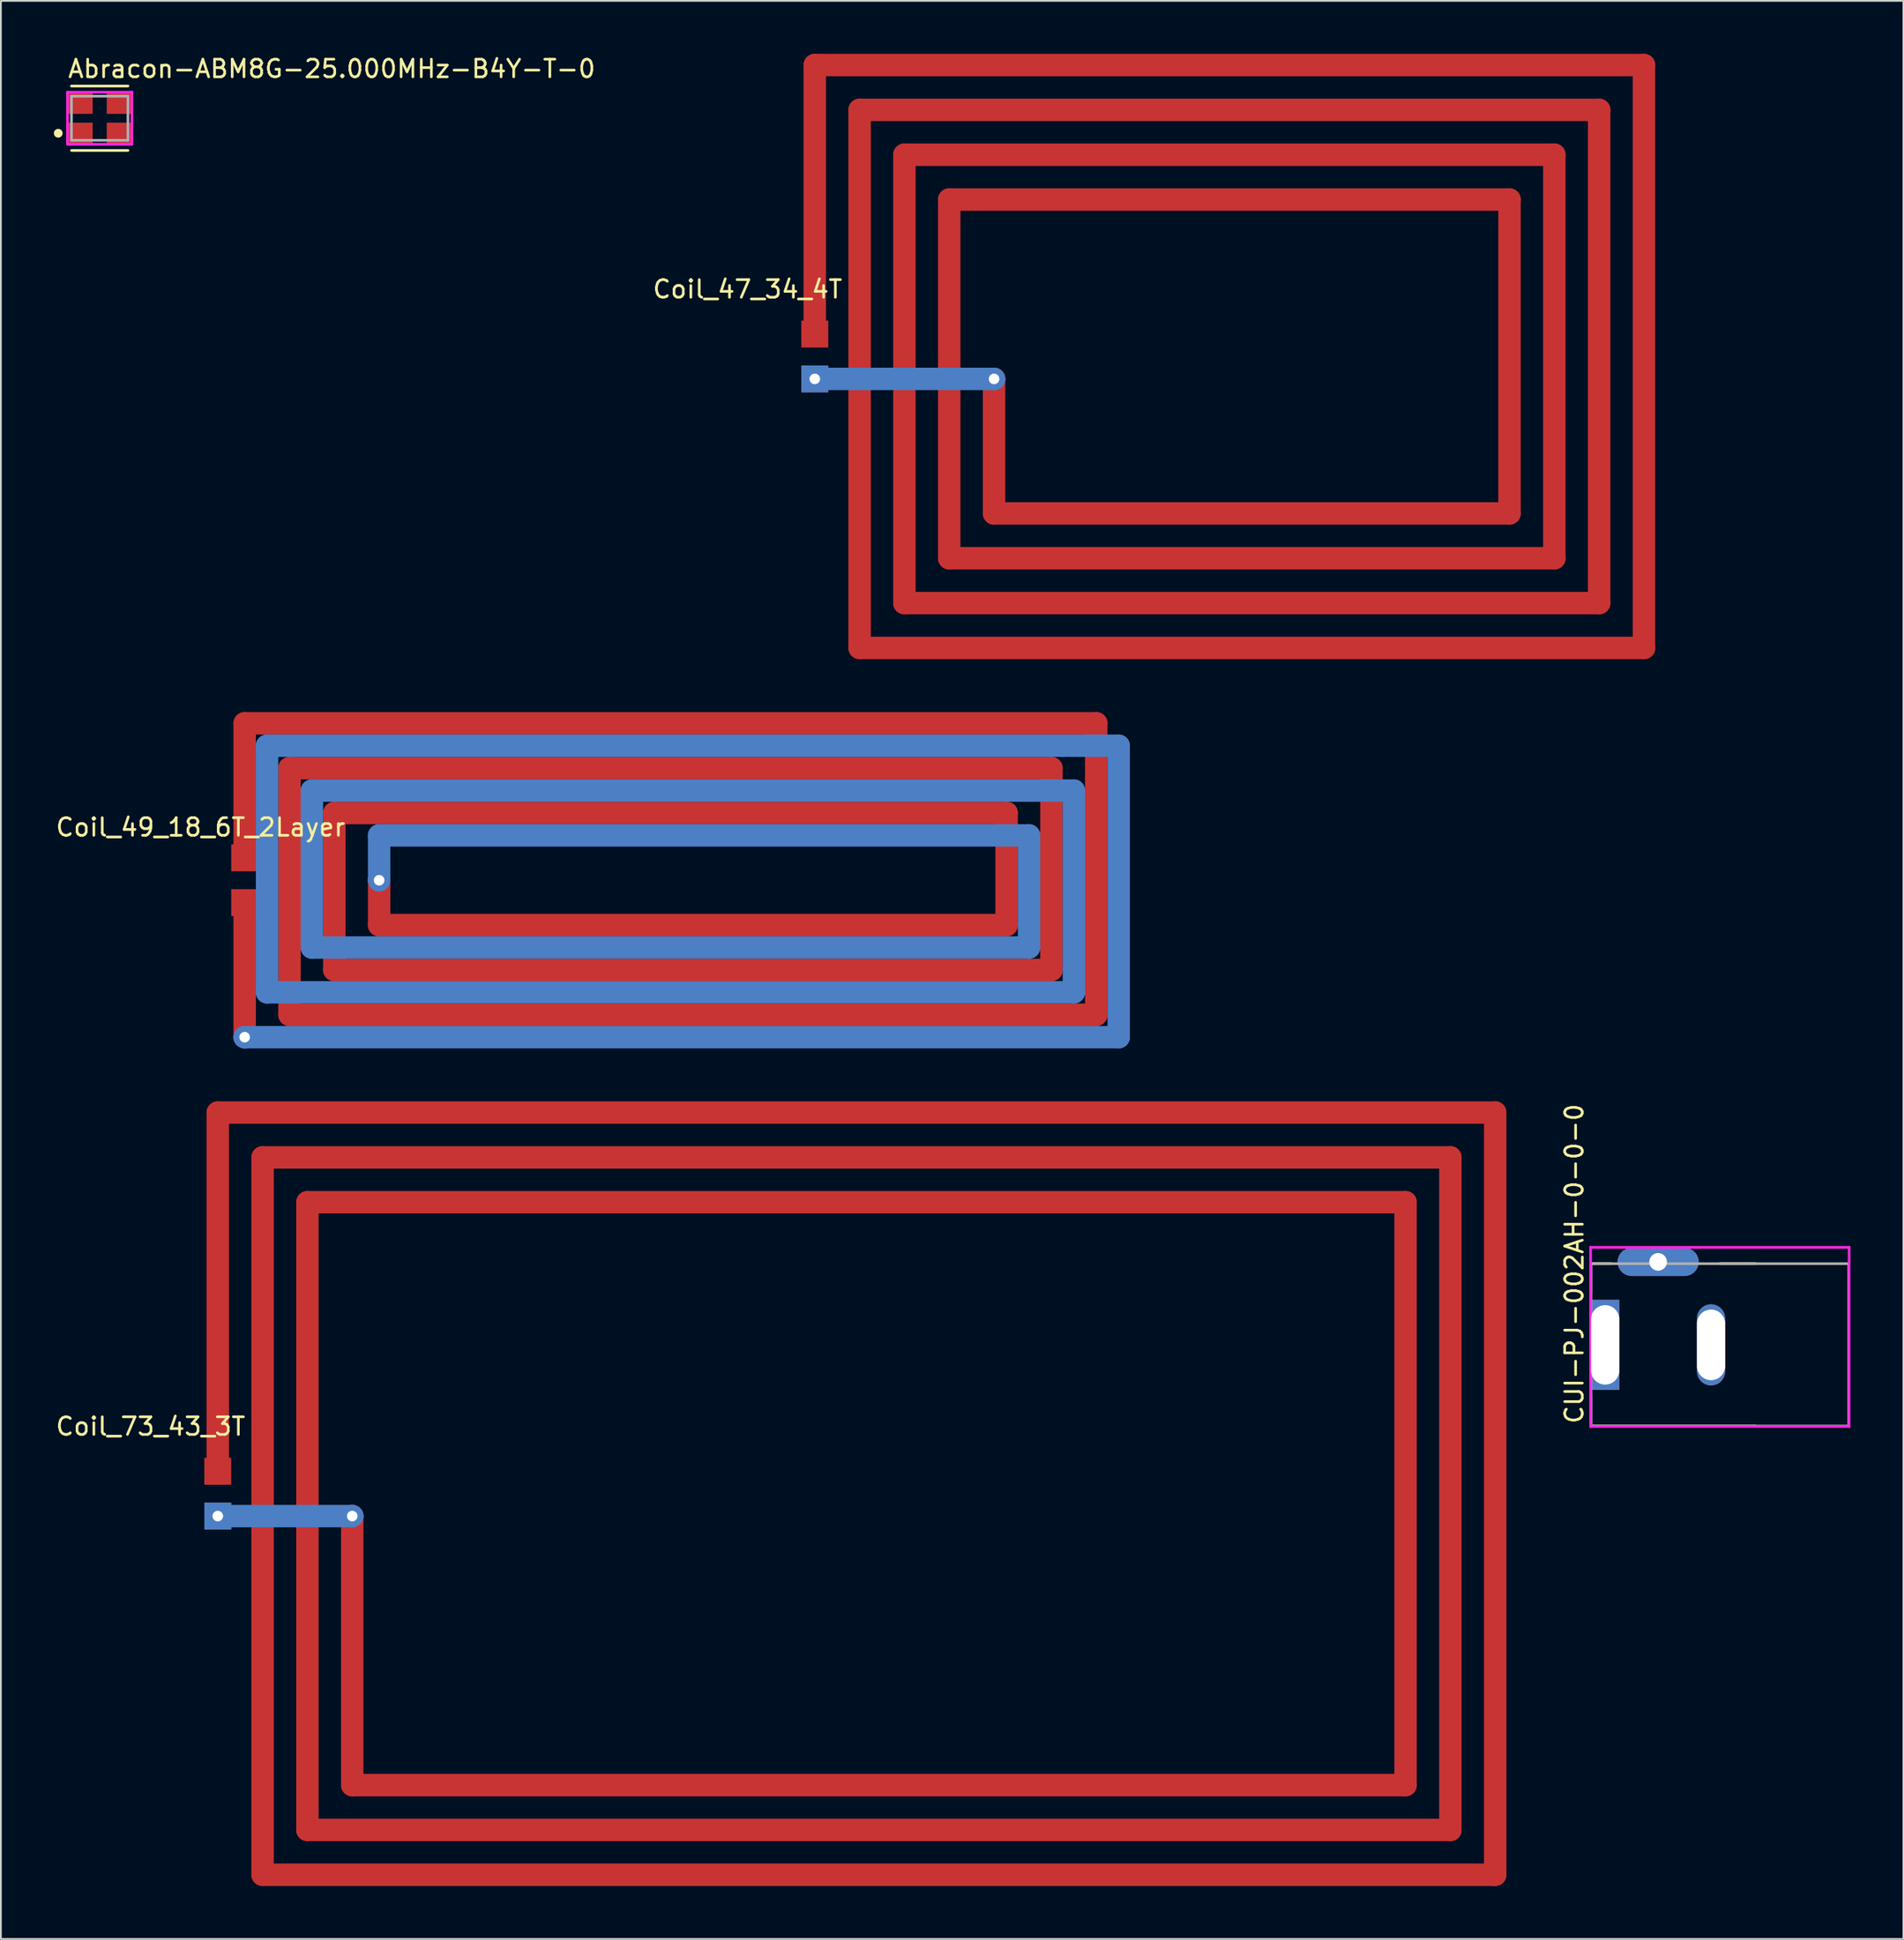
<source format=kicad_pcb>
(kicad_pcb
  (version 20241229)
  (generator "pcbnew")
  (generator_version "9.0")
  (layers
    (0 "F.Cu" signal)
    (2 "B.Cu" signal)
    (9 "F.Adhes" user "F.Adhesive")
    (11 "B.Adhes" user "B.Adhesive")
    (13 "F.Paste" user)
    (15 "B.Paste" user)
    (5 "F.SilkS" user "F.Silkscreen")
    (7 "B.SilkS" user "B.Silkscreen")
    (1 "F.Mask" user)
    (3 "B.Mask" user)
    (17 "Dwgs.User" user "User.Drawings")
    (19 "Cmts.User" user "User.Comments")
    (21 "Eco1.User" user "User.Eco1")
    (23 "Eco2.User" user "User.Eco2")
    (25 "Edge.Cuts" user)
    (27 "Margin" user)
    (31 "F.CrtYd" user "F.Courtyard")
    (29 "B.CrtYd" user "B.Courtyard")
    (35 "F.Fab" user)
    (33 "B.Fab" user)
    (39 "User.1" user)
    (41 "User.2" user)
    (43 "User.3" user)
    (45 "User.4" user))
  (footprint "Abracon-ABM8G-25.000MHz-B4Y-T-0"
    (layer "F.Cu")
    (at 2.6 3.648)
    (property "Reference" "Abracon-ABM8G-25.000MHz-B4Y-T-0" (at -1.875 -2.8 0) (layer "F.SilkS") (effects (font (size 1 1) (thickness 0.15)) (justify left)))
    (attr through_hole)
    (fp_line (start -1.6 -1.825) (end 1.6 -1.825) (stroke (width 0.15) (type solid)) (layer "F.SilkS"))
    (fp_line (start -1.6 1.825) (end 1.6 1.825) (stroke (width 0.15) (type solid)) (layer "F.SilkS"))
    (fp_circle (center -2.35 0.85) (end -2.225 0.85) (stroke (width 0.25) (type solid)) (fill no) (layer "F.SilkS"))
    (fp_line (start -1.825 -1.475) (end -1.825 1.475) (stroke (width 0.15) (type solid)) (layer "F.CrtYd"))
    (fp_line (start -1.825 1.475) (end 1.825 1.475) (stroke (width 0.15) (type solid)) (layer "F.CrtYd"))
    (fp_line (start 1.825 -1.475) (end -1.825 -1.475) (stroke (width 0.15) (type solid)) (layer "F.CrtYd"))
    (fp_line (start 1.825 -1.475) (end 1.825 -1.475) (stroke (width 0.15) (type solid)) (layer "F.CrtYd"))
    (fp_line (start 1.825 1.475) (end 1.825 -1.475) (stroke (width 0.15) (type solid)) (layer "F.CrtYd"))
    (fp_line (start -1.6 -1.25) (end 1.6 -1.25) (stroke (width 0.15) (type solid)) (layer "F.Fab"))
    (fp_line (start -1.6 1.25) (end -1.6 -1.25) (stroke (width 0.15) (type solid)) (layer "F.Fab"))
    (fp_line (start 1.6 -1.25) (end 1.6 1.25) (stroke (width 0.15) (type solid)) (layer "F.Fab"))
    (fp_line (start 1.6 1.25) (end -1.6 1.25) (stroke (width 0.15) (type solid)) (layer "F.Fab"))
    (pad "1" smd rect (at -1.1 0.85) (size 1.4 1.2) (layers "F.Cu" "F.Mask" "F.Paste"))
    (pad "2" smd rect (at 1.1 0.85) (size 1.4 1.2) (layers "F.Cu" "F.Mask" "F.Paste"))
    (pad "3" smd rect (at 1.1 -0.85) (size 1.4 1.2) (layers "F.Cu" "F.Mask" "F.Paste"))
    (pad "4" smd rect (at -1.1 -0.85) (size 1.4 1.2) (layers "F.Cu" "F.Mask" "F.Paste")))
  (footprint "Coil_47_34_4T"
    (layer "F.Cu")
    (at 43.124 17.145)
    (property "Reference" "Coil_47_34_4T" (at -3.81 -3.81 0) (layer "F.SilkS") (effects (font (size 1 1) (thickness 0.15))))
    (attr through_hole)
    (fp_line (start 0 -16.51) (end 46.99 -16.51) (stroke (width 1.27) (type solid)) (layer "F.Cu"))
    (fp_line (start 0 -1.27) (end 0 -16.51) (stroke (width 1.27) (type solid)) (layer "F.Cu"))
    (fp_line (start 2.54 -13.97) (end 44.45 -13.97) (stroke (width 1.27) (type solid)) (layer "F.Cu"))
    (fp_line (start 2.54 16.51) (end 2.54 -13.97) (stroke (width 1.27) (type solid)) (layer "F.Cu"))
    (fp_line (start 5.08 -11.43) (end 41.91 -11.43) (stroke (width 1.27) (type solid)) (layer "F.Cu"))
    (fp_line (start 5.08 13.97) (end 5.08 -11.43) (stroke (width 1.27) (type solid)) (layer "F.Cu"))
    (fp_line (start 7.62 -8.89) (end 39.37 -8.89) (stroke (width 1.27) (type solid)) (layer "F.Cu"))
    (fp_line (start 7.62 11.43) (end 7.62 -8.89) (stroke (width 1.27) (type solid)) (layer "F.Cu"))
    (fp_line (start 10.16 8.89) (end 10.16 1.27) (stroke (width 1.27) (type solid)) (layer "F.Cu"))
    (fp_line (start 39.37 -8.89) (end 39.37 8.89) (stroke (width 1.27) (type solid)) (layer "F.Cu"))
    (fp_line (start 39.37 8.89) (end 10.16 8.89) (stroke (width 1.27) (type solid)) (layer "F.Cu"))
    (fp_line (start 41.91 -11.43) (end 41.91 11.43) (stroke (width 1.27) (type solid)) (layer "F.Cu"))
    (fp_line (start 41.91 11.43) (end 7.62 11.43) (stroke (width 1.27) (type solid)) (layer "F.Cu"))
    (fp_line (start 44.45 -13.97) (end 44.45 13.97) (stroke (width 1.27) (type solid)) (layer "F.Cu"))
    (fp_line (start 44.45 13.97) (end 5.08 13.97) (stroke (width 1.27) (type solid)) (layer "F.Cu"))
    (fp_line (start 46.99 -16.51) (end 46.99 16.51) (stroke (width 1.27) (type solid)) (layer "F.Cu"))
    (fp_line (start 46.99 16.51) (end 2.54 16.51) (stroke (width 1.27) (type solid)) (layer "F.Cu"))
    (fp_line (start 10.16 1.27) (end 0 1.27) (stroke (width 1.27) (type solid)) (layer "B.Cu"))
    (pad "1" smd rect (at 0 -1.27) (size 1.524 1.524) (layers "F.Cu" "F.Mask" "F.Paste"))
    (pad "2" thru_hole rect (at 0 1.27) (size 1.524 1.524) (drill 0.6) (layers "*.Cu" "*.Mask"))
    (pad "3" thru_hole circle (at 10.16 1.27) (size 1.27 1.27) (drill 0.6) (layers "*.Cu" "*.Mask")))
  (footprint "Coil_73_43_3T"
    (layer "F.Cu")
    (at 9.292 81.565)
    (property "Reference" "Coil_73_43_3T" (at -3.81 -3.81 0) (layer "F.SilkS") (effects (font (size 1 1) (thickness 0.15))))
    (attr through_hole)
    (fp_line (start 0 -21.59) (end 72.39 -21.59) (stroke (width 1.27) (type solid)) (layer "F.Cu"))
    (fp_line (start 0 -1.27) (end 0 -21.59) (stroke (width 1.27) (type solid)) (layer "F.Cu"))
    (fp_line (start 2.54 -19.05) (end 69.85 -19.05) (stroke (width 1.27) (type solid)) (layer "F.Cu"))
    (fp_line (start 2.54 21.59) (end 2.54 -19.05) (stroke (width 1.27) (type solid)) (layer "F.Cu"))
    (fp_line (start 5.08 -16.51) (end 67.31 -16.51) (stroke (width 1.27) (type solid)) (layer "F.Cu"))
    (fp_line (start 5.08 19.05) (end 5.08 -16.51) (stroke (width 1.27) (type solid)) (layer "F.Cu"))
    (fp_line (start 7.62 16.51) (end 7.62 1.27) (stroke (width 1.27) (type solid)) (layer "F.Cu"))
    (fp_line (start 67.31 -16.51) (end 67.31 16.51) (stroke (width 1.27) (type solid)) (layer "F.Cu"))
    (fp_line (start 67.31 16.51) (end 7.62 16.51) (stroke (width 1.27) (type solid)) (layer "F.Cu"))
    (fp_line (start 69.85 -19.05) (end 69.85 19.05) (stroke (width 1.27) (type solid)) (layer "F.Cu"))
    (fp_line (start 69.85 19.05) (end 5.08 19.05) (stroke (width 1.27) (type solid)) (layer "F.Cu"))
    (fp_line (start 72.39 -21.59) (end 72.39 21.59) (stroke (width 1.27) (type solid)) (layer "F.Cu"))
    (fp_line (start 72.39 21.59) (end 2.54 21.59) (stroke (width 1.27) (type solid)) (layer "F.Cu"))
    (fp_line (start 7.62 1.27) (end 0 1.27) (stroke (width 1.27) (type solid)) (layer "B.Cu"))
    (pad "1" smd rect (at 0 -1.27) (size 1.524 1.524) (layers "F.Cu" "F.Mask" "F.Paste"))
    (pad "2" thru_hole rect (at 0 1.27) (size 1.524 1.524) (drill 0.6) (layers "*.Cu" "*.Mask"))
    (pad "3" thru_hole circle (at 7.62 1.27) (size 1.27 1.27) (drill 0.6) (layers "*.Cu" "*.Mask")))
  (footprint "CUI-PJ-002AH-0-0-0"
    (layer "F.Cu")
    (at 94.415 73.135)
    (property "Reference" "CUI-PJ-002AH-0-0-0" (at -8.25 4.55 270) (layer "F.SilkS") (effects (font (size 1 1) (thickness 0.15)) (justify left)))
    (attr through_hole)
    (fp_line (start -7.3 -4.6) (end -6.175 -4.6) (stroke (width 0.15) (type solid)) (layer "F.SilkS"))
    (fp_line (start -7.3 -2.925) (end -7.3 -4.6) (stroke (width 0.15) (type solid)) (layer "F.SilkS"))
    (fp_line (start -7.3 4.6) (end -7.3 2.925) (stroke (width 0.15) (type solid)) (layer "F.SilkS"))
    (fp_line (start -7.3 4.6) (end 2 4.6) (stroke (width 0.15) (type solid)) (layer "F.SilkS"))
    (fp_line (start 2 -4.6) (end 0 -4.6) (stroke (width 0.15) (type solid)) (layer "F.SilkS"))
    (fp_line (start -7.325 -5.525) (end -7.325 4.625) (stroke (width 0.15) (type solid)) (layer "F.CrtYd"))
    (fp_line (start -7.325 4.625) (end 7.325 4.625) (stroke (width 0.15) (type solid)) (layer "F.CrtYd"))
    (fp_line (start 7.325 -5.525) (end -7.325 -5.525) (stroke (width 0.15) (type solid)) (layer "F.CrtYd"))
    (fp_line (start 7.325 -5.525) (end 7.325 -5.525) (stroke (width 0.15) (type solid)) (layer "F.CrtYd"))
    (fp_line (start 7.325 4.625) (end 7.325 -5.525) (stroke (width 0.15) (type solid)) (layer "F.CrtYd"))
    (fp_line (start -7.3 -4.6) (end 7.3 -4.6) (stroke (width 0.15) (type solid)) (layer "F.Fab"))
    (fp_line (start -7.3 4.6) (end -7.3 -4.6) (stroke (width 0.15) (type solid)) (layer "F.Fab"))
    (fp_line (start 7.3 -4.6) (end 7.3 4.6) (stroke (width 0.15) (type solid)) (layer "F.Fab"))
    (fp_line (start 7.3 4.6) (end -7.3 4.6) (stroke (width 0.15) (type solid)) (layer "F.Fab"))
    (pad "1" thru_hole rect (at -6.5 0) (size 1.6 5.1) (drill oval 4.5) (layers "*.Cu"))
    (pad "2" thru_hole roundrect (at -0.5 0) (size 1.6 4.6) (drill oval 4) (layers "*.Cu") (roundrect_rratio 0.5))
    (pad "3" thru_hole roundrect (at -3.5 -4.7) (size 4.6 1.6) (drill oval 1) (layers "*.Cu") (roundrect_rratio 0.5)))
  (footprint "Coil_49_18_6T_2Layer"
    (layer "F.Cu")
    (at 10.815 46.815)
    (property "Reference" "Coil_49_18_6T_2Layer" (at -2.5 -3 0) (layer "F.SilkS") (effects (font (size 1 1) (thickness 0.15))))
    (attr through_hole)
    (fp_line (start 0 -8.89) (end 48.26 -8.89) (stroke (width 1.27) (type solid)) (layer "F.Cu"))
    (fp_line (start 0 -1.27) (end 0 -8.89) (stroke (width 1.27) (type solid)) (layer "F.Cu"))
    (fp_line (start 0 8.89) (end 0 1.27) (stroke (width 1.27) (type solid)) (layer "F.Cu"))
    (fp_line (start 2.54 -6.35) (end 45.72 -6.35) (stroke (width 1.27) (type solid)) (layer "F.Cu"))
    (fp_line (start 2.54 7.62) (end 2.54 -6.35) (stroke (width 1.27) (type solid)) (layer "F.Cu"))
    (fp_line (start 5.08 -3.81) (end 43.18 -3.81) (stroke (width 1.27) (type solid)) (layer "F.Cu"))
    (fp_line (start 5.08 5.08) (end 5.08 -3.81) (stroke (width 1.27) (type solid)) (layer "F.Cu"))
    (fp_line (start 7.62 2.54) (end 7.62 0) (stroke (width 1.27) (type solid)) (layer "F.Cu"))
    (fp_line (start 43.18 -3.81) (end 43.18 2.54) (stroke (width 1.27) (type solid)) (layer "F.Cu"))
    (fp_line (start 43.18 2.54) (end 7.62 2.54) (stroke (width 1.27) (type solid)) (layer "F.Cu"))
    (fp_line (start 45.72 -6.35) (end 45.72 5.08) (stroke (width 1.27) (type solid)) (layer "F.Cu"))
    (fp_line (start 45.72 5.08) (end 5.08 5.08) (stroke (width 1.27) (type solid)) (layer "F.Cu"))
    (fp_line (start 48.26 -8.89) (end 48.26 7.62) (stroke (width 1.27) (type solid)) (layer "F.Cu"))
    (fp_line (start 48.26 7.62) (end 2.54 7.62) (stroke (width 1.27) (type solid)) (layer "F.Cu"))
    (fp_line (start 1.27 -7.62) (end 49.53 -7.62) (stroke (width 1.27) (type solid)) (layer "B.Cu"))
    (fp_line (start 1.27 6.35) (end 1.27 -7.62) (stroke (width 1.27) (type solid)) (layer "B.Cu"))
    (fp_line (start 1.27 6.35) (end 46.99 6.35) (stroke (width 1.27) (type solid)) (layer "B.Cu"))
    (fp_line (start 3.81 -5.08) (end 46.99 -5.08) (stroke (width 1.27) (type solid)) (layer "B.Cu"))
    (fp_line (start 3.81 3.81) (end 3.81 -5.08) (stroke (width 1.27) (type solid)) (layer "B.Cu"))
    (fp_line (start 7.62 -2.54) (end 44.45 -2.54) (stroke (width 1.27) (type solid)) (layer "B.Cu"))
    (fp_line (start 7.62 0) (end 7.62 -2.54) (stroke (width 1.27) (type solid)) (layer "B.Cu"))
    (fp_line (start 44.45 3.81) (end 3.81 3.81) (stroke (width 1.27) (type solid)) (layer "B.Cu"))
    (fp_line (start 44.45 3.81) (end 44.45 -2.54) (stroke (width 1.27) (type solid)) (layer "B.Cu"))
    (fp_line (start 46.99 6.35) (end 46.99 -5.08) (stroke (width 1.27) (type solid)) (layer "B.Cu"))
    (fp_line (start 49.53 8.89) (end 0 8.89) (stroke (width 1.27) (type solid)) (layer "B.Cu"))
    (fp_line (start 49.53 8.89) (end 49.53 -7.62) (stroke (width 1.27) (type solid)) (layer "B.Cu"))
    (pad "1" smd rect (at 0 -1.27) (size 1.524 1.524) (layers "F.Cu" "F.Mask" "F.Paste"))
    (pad "2" smd rect (at 0 1.27) (size 1.524 1.524) (layers "F.Cu" "F.Mask" "F.Paste"))
    (pad "3" thru_hole circle (at 0 8.89) (size 1.27 1.27) (drill 0.6) (layers "*.Cu" "*.Mask"))
    (pad "3" thru_hole circle (at 7.62 0) (size 1.27 1.27) (drill 0.6) (layers "*.Cu" "*.Mask")))
  (gr_rect
    (start -3 -3)
    (end 104.815 106.79)
    (stroke (width 0.1) (type default))
    (fill no)
    (layer "Edge.Cuts")))
</source>
